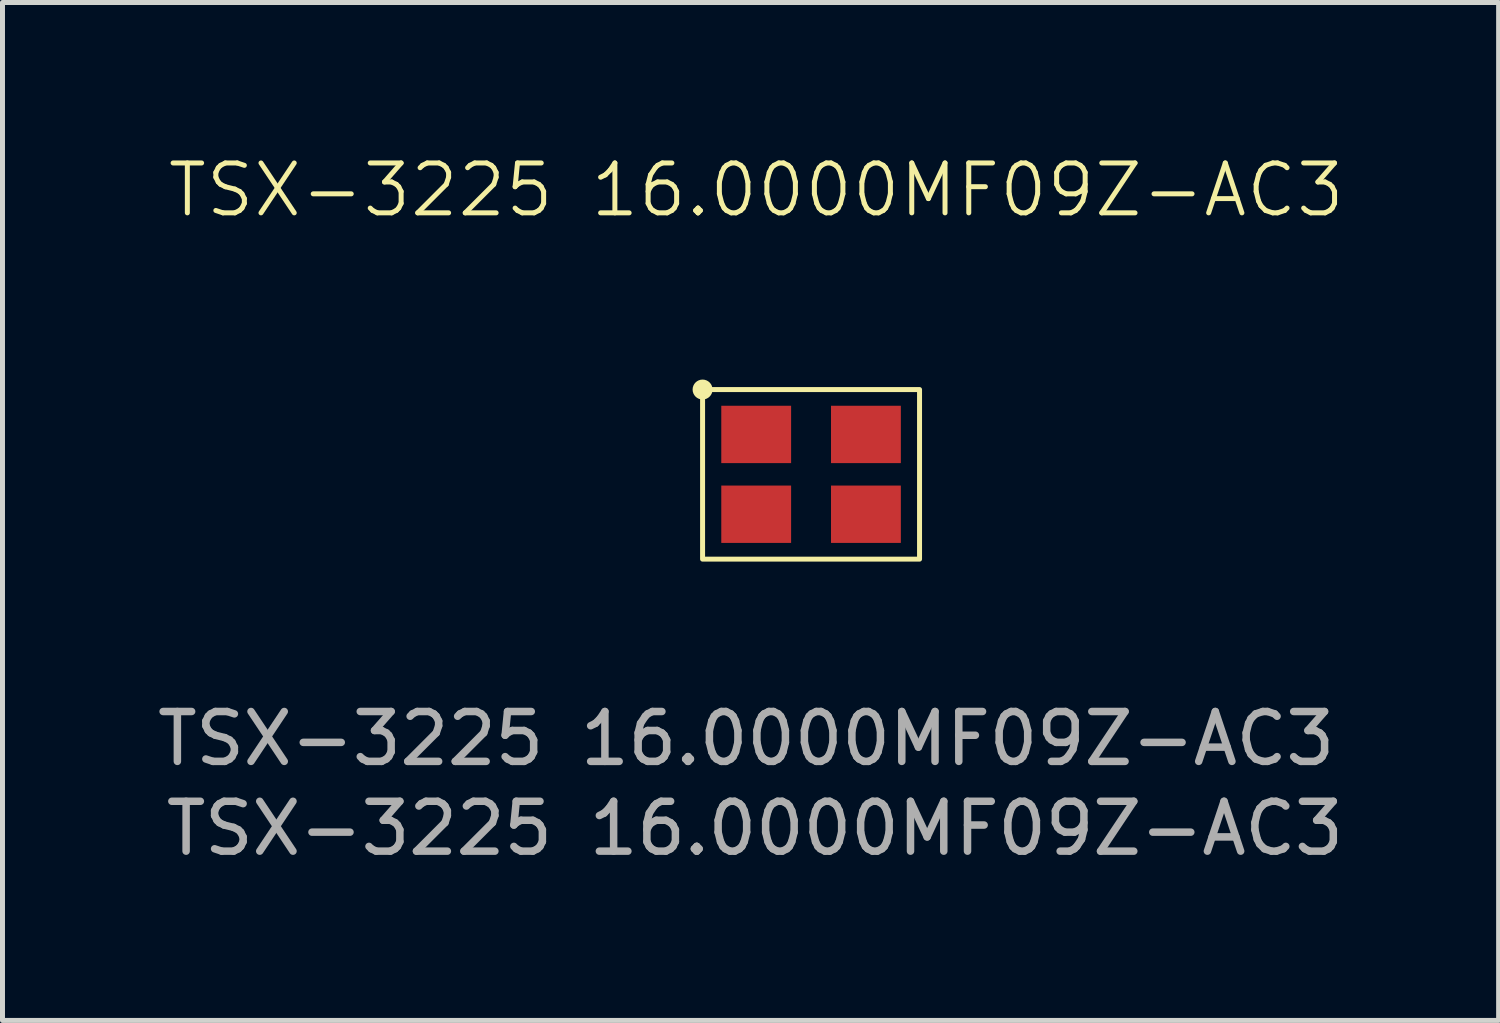
<source format=kicad_pcb>
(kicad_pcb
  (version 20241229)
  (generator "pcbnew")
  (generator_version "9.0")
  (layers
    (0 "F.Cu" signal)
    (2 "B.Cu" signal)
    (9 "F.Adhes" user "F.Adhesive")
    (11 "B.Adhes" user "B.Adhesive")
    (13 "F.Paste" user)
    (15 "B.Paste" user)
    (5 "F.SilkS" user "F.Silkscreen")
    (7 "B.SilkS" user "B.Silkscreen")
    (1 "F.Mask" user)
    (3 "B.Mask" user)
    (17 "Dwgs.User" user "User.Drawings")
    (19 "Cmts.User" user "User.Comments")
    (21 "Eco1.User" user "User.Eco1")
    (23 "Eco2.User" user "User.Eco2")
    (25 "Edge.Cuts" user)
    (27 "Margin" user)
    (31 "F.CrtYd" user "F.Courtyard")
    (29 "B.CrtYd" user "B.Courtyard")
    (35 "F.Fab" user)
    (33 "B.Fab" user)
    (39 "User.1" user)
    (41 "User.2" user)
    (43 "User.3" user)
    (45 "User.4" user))
  (footprint "TSX-3225 16.0000MF09Z-AC3"
    (layer "F.Cu")
    (at 12.111 5.66)
    (property "Reference" "TSX-3225 16.0000MF09Z-AC3" (at 0 -4.9 0) (unlocked yes) (layer "F.SilkS") (effects (font (size 1 1) (thickness 0.1))))
    (attr smd)
    (fp_rect (start -1.075 -0.9) (end 3.275 2.5) (stroke (width 0.1) (type default)) (fill no) (layer "F.SilkS"))
    (fp_circle (center -1.075 -0.9) (end -0.925 -0.9) (stroke (width 0.1) (type solid)) (fill yes) (layer "F.SilkS"))
    (fp_text user "${REFERENCE}" (at -0.2 6.1 0) (unlocked yes) (layer "F.Fab") (effects (font (size 1 1) (thickness 0.15))))
    (fp_text user "${REFERENCE}" (at -0.025 7.9 0) (unlocked yes) (layer "F.Fab") (effects (font (size 1 1) (thickness 0.15))))
    (pad "1" smd rect (at 0 0) (size 1.4 1.15) (layers "F.Cu" "F.Mask" "F.Paste"))
    (pad "2" smd rect (at 2.2 0) (size 1.4 1.15) (layers "F.Cu" "F.Mask" "F.Paste"))
    (pad "3" smd rect (at 2.2 1.6) (size 1.4 1.15) (layers "F.Cu" "F.Mask" "F.Paste"))
    (pad "4" smd rect (at 0 1.6) (size 1.4 1.15) (layers "F.Cu" "F.Mask" "F.Paste")))
  (gr_rect
    (start -3 -3)
    (end 26.996 17.409)
    (stroke (width 0.1) (type default))
    (fill no)
    (layer "Edge.Cuts")))
</source>
